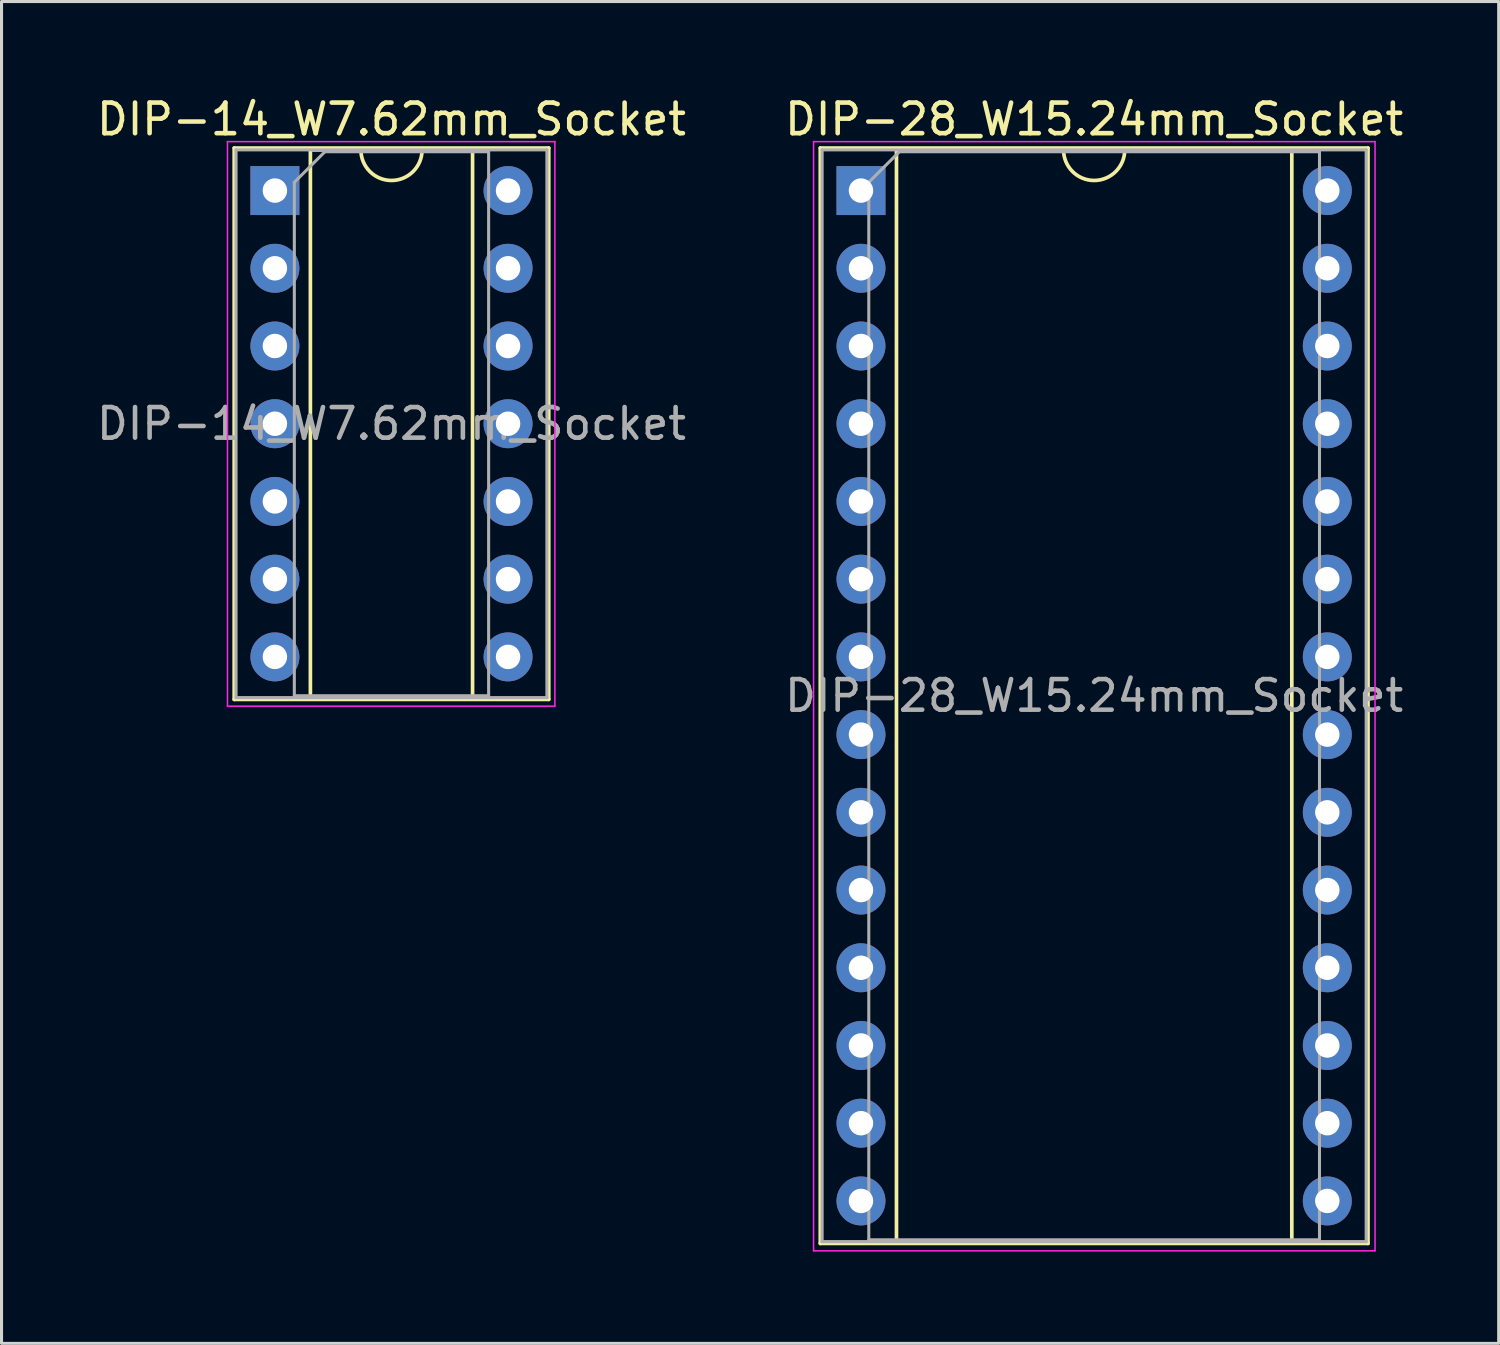
<source format=kicad_pcb>
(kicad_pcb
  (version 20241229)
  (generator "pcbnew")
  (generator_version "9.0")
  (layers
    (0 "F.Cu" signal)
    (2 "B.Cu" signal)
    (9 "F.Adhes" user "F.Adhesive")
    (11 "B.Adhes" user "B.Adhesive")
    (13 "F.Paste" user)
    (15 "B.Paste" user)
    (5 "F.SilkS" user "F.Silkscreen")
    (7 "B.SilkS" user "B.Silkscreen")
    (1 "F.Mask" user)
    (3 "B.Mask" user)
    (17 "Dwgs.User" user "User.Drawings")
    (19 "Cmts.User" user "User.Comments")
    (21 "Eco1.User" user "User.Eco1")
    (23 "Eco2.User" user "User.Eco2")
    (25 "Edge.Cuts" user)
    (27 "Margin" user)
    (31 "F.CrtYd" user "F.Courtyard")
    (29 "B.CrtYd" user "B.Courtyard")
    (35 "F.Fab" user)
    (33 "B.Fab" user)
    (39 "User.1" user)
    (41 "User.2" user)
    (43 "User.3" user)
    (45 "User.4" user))
  (footprint "DIP-28_W15.24mm_Socket"
    (layer "F.Cu")
    (at 25.088 3.178)
    (property "Reference" "DIP-28_W15.24mm_Socket" (at 7.62 -2.33 0) (layer "F.SilkS") (effects (font (size 1 1) (thickness 0.15))))
    (attr through_hole)
    (fp_line (start -1.33 -1.39) (end -1.33 34.41) (stroke (width 0.12) (type solid)) (layer "F.SilkS"))
    (fp_line (start -1.33 34.41) (end 16.57 34.41) (stroke (width 0.12) (type solid)) (layer "F.SilkS"))
    (fp_line (start 1.16 -1.33) (end 1.16 34.35) (stroke (width 0.12) (type solid)) (layer "F.SilkS"))
    (fp_line (start 1.16 34.35) (end 14.08 34.35) (stroke (width 0.12) (type solid)) (layer "F.SilkS"))
    (fp_line (start 6.62 -1.33) (end 1.16 -1.33) (stroke (width 0.12) (type solid)) (layer "F.SilkS"))
    (fp_line (start 14.08 -1.33) (end 8.62 -1.33) (stroke (width 0.12) (type solid)) (layer "F.SilkS"))
    (fp_line (start 14.08 34.35) (end 14.08 -1.33) (stroke (width 0.12) (type solid)) (layer "F.SilkS"))
    (fp_line (start 16.57 -1.39) (end -1.33 -1.39) (stroke (width 0.12) (type solid)) (layer "F.SilkS"))
    (fp_line (start 16.57 34.41) (end 16.57 -1.39) (stroke (width 0.12) (type solid)) (layer "F.SilkS"))
    (fp_arc (start 8.62 -1.33) (mid 7.62 -0.33) (end 6.62 -1.33) (stroke (width 0.12) (type solid)) (layer "F.SilkS"))
    (fp_line (start -1.55 -1.6) (end -1.55 34.65) (stroke (width 0.05) (type solid)) (layer "F.CrtYd"))
    (fp_line (start -1.55 34.65) (end 16.8 34.65) (stroke (width 0.05) (type solid)) (layer "F.CrtYd"))
    (fp_line (start 16.8 -1.6) (end -1.55 -1.6) (stroke (width 0.05) (type solid)) (layer "F.CrtYd"))
    (fp_line (start 16.8 34.65) (end 16.8 -1.6) (stroke (width 0.05) (type solid)) (layer "F.CrtYd"))
    (fp_line (start -1.27 -1.33) (end -1.27 34.35) (stroke (width 0.1) (type solid)) (layer "F.Fab"))
    (fp_line (start -1.27 34.35) (end 16.51 34.35) (stroke (width 0.1) (type solid)) (layer "F.Fab"))
    (fp_line (start 0.255 -0.27) (end 1.255 -1.27) (stroke (width 0.1) (type solid)) (layer "F.Fab"))
    (fp_line (start 0.255 34.29) (end 0.255 -0.27) (stroke (width 0.1) (type solid)) (layer "F.Fab"))
    (fp_line (start 1.255 -1.27) (end 14.985 -1.27) (stroke (width 0.1) (type solid)) (layer "F.Fab"))
    (fp_line (start 14.985 -1.27) (end 14.985 34.29) (stroke (width 0.1) (type solid)) (layer "F.Fab"))
    (fp_line (start 14.985 34.29) (end 0.255 34.29) (stroke (width 0.1) (type solid)) (layer "F.Fab"))
    (fp_line (start 16.51 -1.33) (end -1.27 -1.33) (stroke (width 0.1) (type solid)) (layer "F.Fab"))
    (fp_line (start 16.51 34.35) (end 16.51 -1.33) (stroke (width 0.1) (type solid)) (layer "F.Fab"))
    (fp_text user "${REFERENCE}" (at 7.62 16.51 0) (layer "F.Fab") (effects (font (size 1 1) (thickness 0.15))))
    (pad "1" thru_hole rect (at 0 0) (size 1.6 1.6) (drill 0.8) (layers "*.Cu" "*.Mask"))
    (pad "2" thru_hole oval (at 0 2.54) (size 1.6 1.6) (drill 0.8) (layers "*.Cu" "*.Mask"))
    (pad "3" thru_hole oval (at 0 5.08) (size 1.6 1.6) (drill 0.8) (layers "*.Cu" "*.Mask"))
    (pad "4" thru_hole oval (at 0 7.62) (size 1.6 1.6) (drill 0.8) (layers "*.Cu" "*.Mask"))
    (pad "5" thru_hole oval (at 0 10.16) (size 1.6 1.6) (drill 0.8) (layers "*.Cu" "*.Mask"))
    (pad "6" thru_hole oval (at 0 12.7) (size 1.6 1.6) (drill 0.8) (layers "*.Cu" "*.Mask"))
    (pad "7" thru_hole oval (at 0 15.24) (size 1.6 1.6) (drill 0.8) (layers "*.Cu" "*.Mask"))
    (pad "8" thru_hole oval (at 0 17.78) (size 1.6 1.6) (drill 0.8) (layers "*.Cu" "*.Mask"))
    (pad "9" thru_hole oval (at 0 20.32) (size 1.6 1.6) (drill 0.8) (layers "*.Cu" "*.Mask"))
    (pad "10" thru_hole oval (at 0 22.86) (size 1.6 1.6) (drill 0.8) (layers "*.Cu" "*.Mask"))
    (pad "11" thru_hole oval (at 0 25.4) (size 1.6 1.6) (drill 0.8) (layers "*.Cu" "*.Mask"))
    (pad "12" thru_hole oval (at 0 27.94) (size 1.6 1.6) (drill 0.8) (layers "*.Cu" "*.Mask"))
    (pad "13" thru_hole oval (at 0 30.48) (size 1.6 1.6) (drill 0.8) (layers "*.Cu" "*.Mask"))
    (pad "14" thru_hole oval (at 0 33.02) (size 1.6 1.6) (drill 0.8) (layers "*.Cu" "*.Mask"))
    (pad "15" thru_hole oval (at 15.24 33.02) (size 1.6 1.6) (drill 0.8) (layers "*.Cu" "*.Mask"))
    (pad "16" thru_hole oval (at 15.24 30.48) (size 1.6 1.6) (drill 0.8) (layers "*.Cu" "*.Mask"))
    (pad "17" thru_hole oval (at 15.24 27.94) (size 1.6 1.6) (drill 0.8) (layers "*.Cu" "*.Mask"))
    (pad "18" thru_hole oval (at 15.24 25.4) (size 1.6 1.6) (drill 0.8) (layers "*.Cu" "*.Mask"))
    (pad "19" thru_hole oval (at 15.24 22.86) (size 1.6 1.6) (drill 0.8) (layers "*.Cu" "*.Mask"))
    (pad "20" thru_hole oval (at 15.24 20.32) (size 1.6 1.6) (drill 0.8) (layers "*.Cu" "*.Mask"))
    (pad "21" thru_hole oval (at 15.24 17.78) (size 1.6 1.6) (drill 0.8) (layers "*.Cu" "*.Mask"))
    (pad "22" thru_hole oval (at 15.24 15.24) (size 1.6 1.6) (drill 0.8) (layers "*.Cu" "*.Mask"))
    (pad "23" thru_hole oval (at 15.24 12.7) (size 1.6 1.6) (drill 0.8) (layers "*.Cu" "*.Mask"))
    (pad "24" thru_hole oval (at 15.24 10.16) (size 1.6 1.6) (drill 0.8) (layers "*.Cu" "*.Mask"))
    (pad "25" thru_hole oval (at 15.24 7.62) (size 1.6 1.6) (drill 0.8) (layers "*.Cu" "*.Mask"))
    (pad "26" thru_hole oval (at 15.24 5.08) (size 1.6 1.6) (drill 0.8) (layers "*.Cu" "*.Mask"))
    (pad "27" thru_hole oval (at 15.24 2.54) (size 1.6 1.6) (drill 0.8) (layers "*.Cu" "*.Mask"))
    (pad "28" thru_hole oval (at 15.24 0) (size 1.6 1.6) (drill 0.8) (layers "*.Cu" "*.Mask")))
  (footprint "DIP-14_W7.62mm_Socket"
    (layer "F.Cu")
    (at 5.934 3.178)
    (property "Reference" "DIP-14_W7.62mm_Socket" (at 3.81 -2.33 0) (layer "F.SilkS") (effects (font (size 1 1) (thickness 0.15))))
    (attr through_hole)
    (fp_line (start -1.33 -1.39) (end -1.33 16.63) (stroke (width 0.12) (type solid)) (layer "F.SilkS"))
    (fp_line (start -1.33 16.63) (end 8.95 16.63) (stroke (width 0.12) (type solid)) (layer "F.SilkS"))
    (fp_line (start 1.16 -1.33) (end 1.16 16.57) (stroke (width 0.12) (type solid)) (layer "F.SilkS"))
    (fp_line (start 1.16 16.57) (end 6.46 16.57) (stroke (width 0.12) (type solid)) (layer "F.SilkS"))
    (fp_line (start 2.81 -1.33) (end 1.16 -1.33) (stroke (width 0.12) (type solid)) (layer "F.SilkS"))
    (fp_line (start 6.46 -1.33) (end 4.81 -1.33) (stroke (width 0.12) (type solid)) (layer "F.SilkS"))
    (fp_line (start 6.46 16.57) (end 6.46 -1.33) (stroke (width 0.12) (type solid)) (layer "F.SilkS"))
    (fp_line (start 8.95 -1.39) (end -1.33 -1.39) (stroke (width 0.12) (type solid)) (layer "F.SilkS"))
    (fp_line (start 8.95 16.63) (end 8.95 -1.39) (stroke (width 0.12) (type solid)) (layer "F.SilkS"))
    (fp_arc (start 4.81 -1.33) (mid 3.81 -0.33) (end 2.81 -1.33) (stroke (width 0.12) (type solid)) (layer "F.SilkS"))
    (fp_line (start -1.55 -1.6) (end -1.55 16.85) (stroke (width 0.05) (type solid)) (layer "F.CrtYd"))
    (fp_line (start -1.55 16.85) (end 9.15 16.85) (stroke (width 0.05) (type solid)) (layer "F.CrtYd"))
    (fp_line (start 9.15 -1.6) (end -1.55 -1.6) (stroke (width 0.05) (type solid)) (layer "F.CrtYd"))
    (fp_line (start 9.15 16.85) (end 9.15 -1.6) (stroke (width 0.05) (type solid)) (layer "F.CrtYd"))
    (fp_line (start -1.27 -1.33) (end -1.27 16.57) (stroke (width 0.1) (type solid)) (layer "F.Fab"))
    (fp_line (start -1.27 16.57) (end 8.89 16.57) (stroke (width 0.1) (type solid)) (layer "F.Fab"))
    (fp_line (start 0.635 -0.27) (end 1.635 -1.27) (stroke (width 0.1) (type solid)) (layer "F.Fab"))
    (fp_line (start 0.635 16.51) (end 0.635 -0.27) (stroke (width 0.1) (type solid)) (layer "F.Fab"))
    (fp_line (start 1.635 -1.27) (end 6.985 -1.27) (stroke (width 0.1) (type solid)) (layer "F.Fab"))
    (fp_line (start 6.985 -1.27) (end 6.985 16.51) (stroke (width 0.1) (type solid)) (layer "F.Fab"))
    (fp_line (start 6.985 16.51) (end 0.635 16.51) (stroke (width 0.1) (type solid)) (layer "F.Fab"))
    (fp_line (start 8.89 -1.33) (end -1.27 -1.33) (stroke (width 0.1) (type solid)) (layer "F.Fab"))
    (fp_line (start 8.89 16.57) (end 8.89 -1.33) (stroke (width 0.1) (type solid)) (layer "F.Fab"))
    (fp_text user "${REFERENCE}" (at 3.81 7.62 0) (layer "F.Fab") (effects (font (size 1 1) (thickness 0.15))))
    (pad "1" thru_hole rect (at 0 0) (size 1.6 1.6) (drill 0.8) (layers "*.Cu" "*.Mask"))
    (pad "2" thru_hole oval (at 0 2.54) (size 1.6 1.6) (drill 0.8) (layers "*.Cu" "*.Mask"))
    (pad "3" thru_hole oval (at 0 5.08) (size 1.6 1.6) (drill 0.8) (layers "*.Cu" "*.Mask"))
    (pad "4" thru_hole oval (at 0 7.62) (size 1.6 1.6) (drill 0.8) (layers "*.Cu" "*.Mask"))
    (pad "5" thru_hole oval (at 0 10.16) (size 1.6 1.6) (drill 0.8) (layers "*.Cu" "*.Mask"))
    (pad "6" thru_hole oval (at 0 12.7) (size 1.6 1.6) (drill 0.8) (layers "*.Cu" "*.Mask"))
    (pad "7" thru_hole oval (at 0 15.24) (size 1.6 1.6) (drill 0.8) (layers "*.Cu" "*.Mask"))
    (pad "8" thru_hole oval (at 7.62 15.24) (size 1.6 1.6) (drill 0.8) (layers "*.Cu" "*.Mask"))
    (pad "9" thru_hole oval (at 7.62 12.7) (size 1.6 1.6) (drill 0.8) (layers "*.Cu" "*.Mask"))
    (pad "10" thru_hole oval (at 7.62 10.16) (size 1.6 1.6) (drill 0.8) (layers "*.Cu" "*.Mask"))
    (pad "11" thru_hole oval (at 7.62 7.62) (size 1.6 1.6) (drill 0.8) (layers "*.Cu" "*.Mask"))
    (pad "12" thru_hole oval (at 7.62 5.08) (size 1.6 1.6) (drill 0.8) (layers "*.Cu" "*.Mask"))
    (pad "13" thru_hole oval (at 7.62 2.54) (size 1.6 1.6) (drill 0.8) (layers "*.Cu" "*.Mask"))
    (pad "14" thru_hole oval (at 7.62 0) (size 1.6 1.6) (drill 0.8) (layers "*.Cu" "*.Mask")))
  (gr_rect
    (start -3 -3)
    (end 45.929 40.853)
    (stroke (width 0.1) (type default))
    (fill no)
    (layer "Edge.Cuts")))
</source>
